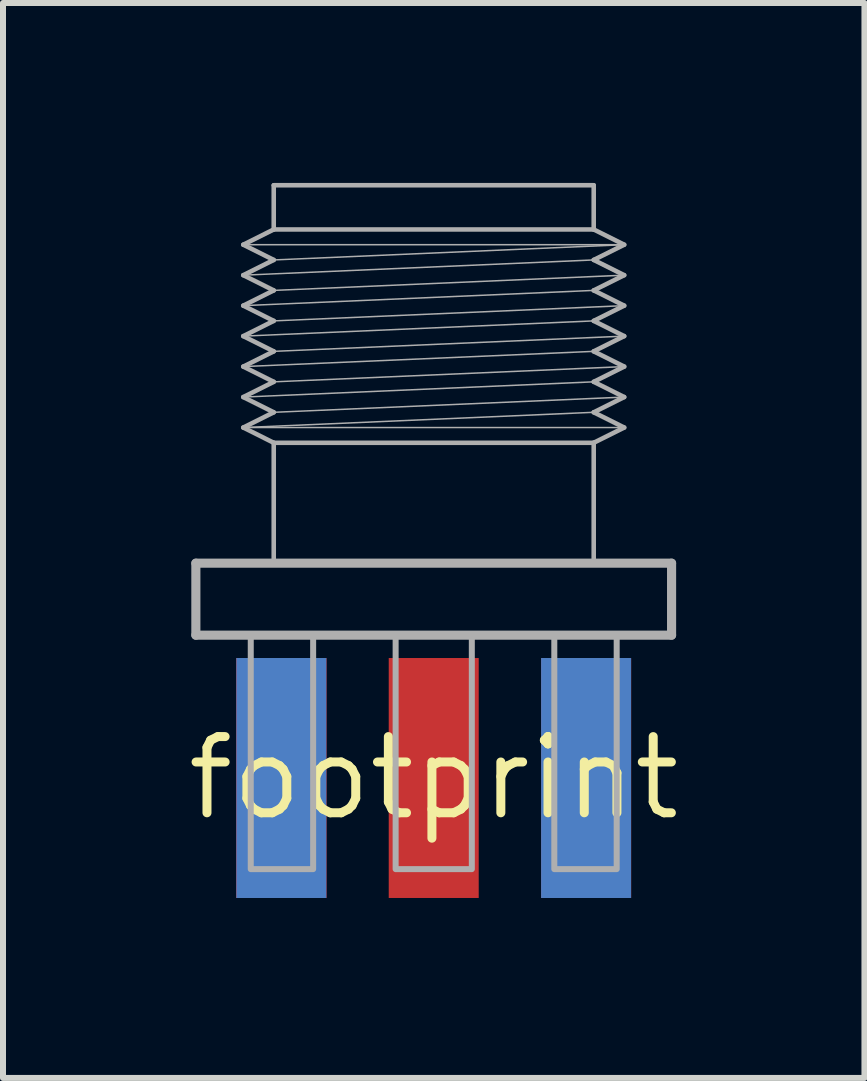
<source format=kicad_pcb>
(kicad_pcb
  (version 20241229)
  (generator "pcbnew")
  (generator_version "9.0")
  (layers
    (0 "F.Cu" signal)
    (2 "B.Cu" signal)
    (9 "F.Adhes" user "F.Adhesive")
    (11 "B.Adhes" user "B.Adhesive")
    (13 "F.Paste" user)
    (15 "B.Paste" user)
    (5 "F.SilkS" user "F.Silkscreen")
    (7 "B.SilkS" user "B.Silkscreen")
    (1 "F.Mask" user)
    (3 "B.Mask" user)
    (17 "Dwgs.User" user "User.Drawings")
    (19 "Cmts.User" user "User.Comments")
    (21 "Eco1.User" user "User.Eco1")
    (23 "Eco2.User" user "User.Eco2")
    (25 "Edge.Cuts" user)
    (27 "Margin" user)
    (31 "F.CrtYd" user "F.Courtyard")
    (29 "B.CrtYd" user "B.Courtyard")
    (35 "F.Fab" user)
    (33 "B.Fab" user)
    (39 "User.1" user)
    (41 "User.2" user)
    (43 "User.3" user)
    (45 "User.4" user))
  (footprint "footprint"
    (layer "F.Cu")
    (at 4.18 9.919)
    (property "Reference" "footprint" (at 0 0 0) (layer "F.SilkS") (effects (font (size 1.27 1.27) (thickness 0.15))))
    (fp_line (start -3.965 -3.581) (end 3.965 -3.581) (stroke (width 0.152) (type solid)) (layer "F.Fab"))
    (fp_line (start -3.965 -2.381) (end -3.965 -3.581) (stroke (width 0.152) (type solid)) (layer "F.Fab"))
    (fp_line (start -3.175 -8.89) (end -2.667 -9.144) (stroke (width 0.076) (type solid)) (layer "F.Fab"))
    (fp_line (start -3.175 -8.382) (end -2.667 -8.636) (stroke (width 0.076) (type solid)) (layer "F.Fab"))
    (fp_line (start -3.175 -8.382) (end 2.667 -8.636) (stroke (width 0.025) (type solid)) (layer "F.Fab"))
    (fp_line (start -3.175 -7.874) (end -2.667 -8.128) (stroke (width 0.076) (type solid)) (layer "F.Fab"))
    (fp_line (start -3.175 -7.874) (end -2.667 -7.62) (stroke (width 0.076) (type solid)) (layer "F.Fab"))
    (fp_line (start -3.175 -7.874) (end 2.667 -8.128) (stroke (width 0.025) (type solid)) (layer "F.Fab"))
    (fp_line (start -3.175 -7.366) (end -2.667 -7.62) (stroke (width 0.076) (type solid)) (layer "F.Fab"))
    (fp_line (start -3.175 -7.366) (end 2.667 -7.62) (stroke (width 0.025) (type solid)) (layer "F.Fab"))
    (fp_line (start -3.175 -6.858) (end -2.667 -7.112) (stroke (width 0.076) (type solid)) (layer "F.Fab"))
    (fp_line (start -3.175 -6.858) (end 2.667 -7.112) (stroke (width 0.025) (type solid)) (layer "F.Fab"))
    (fp_line (start -3.175 -6.35) (end -2.667 -6.604) (stroke (width 0.076) (type solid)) (layer "F.Fab"))
    (fp_line (start -3.175 -6.35) (end 2.667 -6.604) (stroke (width 0.025) (type solid)) (layer "F.Fab"))
    (fp_line (start -3.175 -5.842) (end -2.667 -6.096) (stroke (width 0.076) (type solid)) (layer "F.Fab"))
    (fp_line (start -3.175 -5.842) (end 2.667 -6.096) (stroke (width 0.025) (type solid)) (layer "F.Fab"))
    (fp_line (start -3.175 -5.842) (end 3.175 -5.842) (stroke (width 0.025) (type solid)) (layer "F.Fab"))
    (fp_line (start -2.667 -9.881) (end 2.667 -9.881) (stroke (width 0.076) (type solid)) (layer "F.Fab"))
    (fp_line (start -2.667 -9.144) (end -2.667 -9.881) (stroke (width 0.076) (type solid)) (layer "F.Fab"))
    (fp_line (start -2.667 -9.144) (end 2.667 -9.144) (stroke (width 0.076) (type solid)) (layer "F.Fab"))
    (fp_line (start -2.667 -8.636) (end -3.175 -8.89) (stroke (width 0.076) (type solid)) (layer "F.Fab"))
    (fp_line (start -2.667 -8.636) (end 3.175 -8.89) (stroke (width 0.025) (type solid)) (layer "F.Fab"))
    (fp_line (start -2.667 -8.128) (end -3.175 -8.382) (stroke (width 0.076) (type solid)) (layer "F.Fab"))
    (fp_line (start -2.667 -8.128) (end 3.175 -8.382) (stroke (width 0.025) (type solid)) (layer "F.Fab"))
    (fp_line (start -2.667 -7.62) (end 3.175 -7.874) (stroke (width 0.025) (type solid)) (layer "F.Fab"))
    (fp_line (start -2.667 -7.112) (end -3.175 -7.366) (stroke (width 0.076) (type solid)) (layer "F.Fab"))
    (fp_line (start -2.667 -7.112) (end 3.175 -7.366) (stroke (width 0.025) (type solid)) (layer "F.Fab"))
    (fp_line (start -2.667 -6.604) (end -3.175 -6.858) (stroke (width 0.076) (type solid)) (layer "F.Fab"))
    (fp_line (start -2.667 -6.604) (end 3.175 -6.858) (stroke (width 0.025) (type solid)) (layer "F.Fab"))
    (fp_line (start -2.667 -6.096) (end -3.175 -6.35) (stroke (width 0.076) (type solid)) (layer "F.Fab"))
    (fp_line (start -2.667 -6.096) (end 3.175 -6.35) (stroke (width 0.025) (type solid)) (layer "F.Fab"))
    (fp_line (start -2.667 -5.588) (end -3.175 -5.842) (stroke (width 0.076) (type solid)) (layer "F.Fab"))
    (fp_line (start -2.667 -5.588) (end 2.667 -5.588) (stroke (width 0.076) (type solid)) (layer "F.Fab"))
    (fp_line (start -2.667 -3.581) (end -2.667 -5.588) (stroke (width 0.076) (type solid)) (layer "F.Fab"))
    (fp_line (start 2.667 -9.881) (end 2.667 -9.144) (stroke (width 0.076) (type solid)) (layer "F.Fab"))
    (fp_line (start 2.667 -9.144) (end 3.175 -8.89) (stroke (width 0.076) (type solid)) (layer "F.Fab"))
    (fp_line (start 2.667 -8.636) (end 3.175 -8.382) (stroke (width 0.076) (type solid)) (layer "F.Fab"))
    (fp_line (start 2.667 -8.128) (end 3.175 -7.874) (stroke (width 0.076) (type solid)) (layer "F.Fab"))
    (fp_line (start 2.667 -7.62) (end 3.175 -7.366) (stroke (width 0.076) (type solid)) (layer "F.Fab"))
    (fp_line (start 2.667 -7.112) (end 3.175 -6.858) (stroke (width 0.076) (type solid)) (layer "F.Fab"))
    (fp_line (start 2.667 -6.604) (end 3.175 -6.35) (stroke (width 0.076) (type solid)) (layer "F.Fab"))
    (fp_line (start 2.667 -6.096) (end 3.175 -5.842) (stroke (width 0.076) (type solid)) (layer "F.Fab"))
    (fp_line (start 2.667 -5.588) (end 2.667 -3.556) (stroke (width 0.076) (type solid)) (layer "F.Fab"))
    (fp_line (start 3.175 -8.89) (end -3.175 -8.89) (stroke (width 0.025) (type solid)) (layer "F.Fab"))
    (fp_line (start 3.175 -8.89) (end 2.667 -8.636) (stroke (width 0.076) (type solid)) (layer "F.Fab"))
    (fp_line (start 3.175 -8.382) (end 2.667 -8.128) (stroke (width 0.076) (type solid)) (layer "F.Fab"))
    (fp_line (start 3.175 -7.874) (end 2.667 -7.62) (stroke (width 0.076) (type solid)) (layer "F.Fab"))
    (fp_line (start 3.175 -7.366) (end 2.667 -7.112) (stroke (width 0.076) (type solid)) (layer "F.Fab"))
    (fp_line (start 3.175 -6.858) (end 2.667 -6.604) (stroke (width 0.076) (type solid)) (layer "F.Fab"))
    (fp_line (start 3.175 -6.35) (end 2.667 -6.096) (stroke (width 0.076) (type solid)) (layer "F.Fab"))
    (fp_line (start 3.175 -5.842) (end 2.667 -5.588) (stroke (width 0.076) (type solid)) (layer "F.Fab"))
    (fp_line (start 3.965 -3.581) (end 3.965 -2.381) (stroke (width 0.152) (type solid)) (layer "F.Fab"))
    (fp_line (start 3.965 -2.381) (end -3.965 -2.381) (stroke (width 0.152) (type solid)) (layer "F.Fab"))
    (fp_poly (pts (xy -3.05 1.519) (xy -2.01 1.519) (xy -2.01 -2.381) (xy -3.05 -2.381)) (stroke (width 0.1) (type solid)) (fill no) (layer "F.Fab"))
    (fp_poly (pts (xy -0.635 1.519) (xy 0.635 1.519) (xy 0.635 -2.381) (xy -0.635 -2.381)) (stroke (width 0.1) (type solid)) (fill no) (layer "F.Fab"))
    (fp_poly (pts (xy 2.01 1.519) (xy 3.05 1.519) (xy 3.05 -2.381) (xy 2.01 -2.381)) (stroke (width 0.1) (type solid)) (fill no) (layer "F.Fab"))
    (pad "GND@0" smd rect (at -2.54 0) (size 1.5 4) (layers "F.Cu" "F.Mask"))
    (pad "GND@1" smd rect (at 2.54 0) (size 1.5 4) (layers "F.Cu" "F.Mask"))
    (pad "GND@2" smd rect (at -2.54 0) (size 1.5 4) (layers "*.Cu" "*.Mask"))
    (pad "GND@3" smd rect (at 2.54 0) (size 1.5 4) (layers "*.Cu" "*.Mask"))
    (pad "SIG" smd rect (at 0 0) (size 1.5 4) (layers "F.Cu" "F.Mask")))
  (gr_rect
    (start -3 -3)
    (end 11.36 14.919)
    (stroke (width 0.1) (type default))
    (fill no)
    (layer "Edge.Cuts")))
</source>
